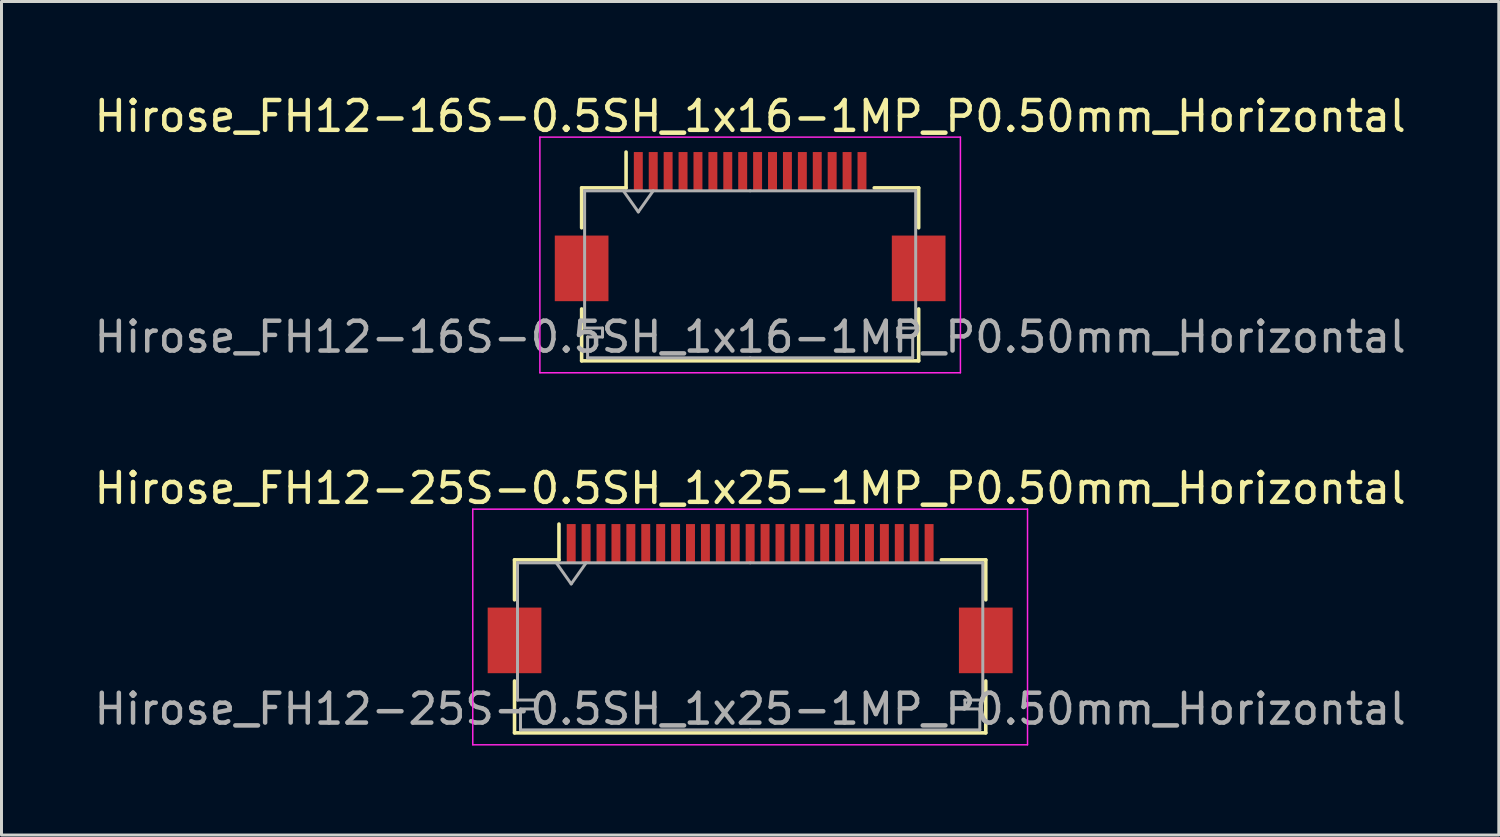
<source format=kicad_pcb>
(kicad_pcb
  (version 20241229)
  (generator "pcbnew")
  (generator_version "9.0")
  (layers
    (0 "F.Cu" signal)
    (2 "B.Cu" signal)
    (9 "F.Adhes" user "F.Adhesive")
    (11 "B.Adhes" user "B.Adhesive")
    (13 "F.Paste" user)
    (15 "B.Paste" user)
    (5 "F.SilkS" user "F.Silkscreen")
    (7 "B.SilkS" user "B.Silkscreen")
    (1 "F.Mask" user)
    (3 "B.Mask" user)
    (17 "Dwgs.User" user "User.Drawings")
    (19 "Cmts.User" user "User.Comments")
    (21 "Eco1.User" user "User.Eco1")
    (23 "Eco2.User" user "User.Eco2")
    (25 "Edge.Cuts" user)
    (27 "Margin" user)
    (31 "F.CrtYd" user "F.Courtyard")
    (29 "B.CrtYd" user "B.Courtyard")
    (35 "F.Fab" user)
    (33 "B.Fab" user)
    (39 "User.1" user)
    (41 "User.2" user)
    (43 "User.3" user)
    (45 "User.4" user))
  (footprint "Hirose_FH12-25S-0.5SH_1x25-1MP_P0.50mm_Horizontal"
    (layer "F.Cu")
    (at 22.101 17.021)
    (property "Reference" "Hirose_FH12-25S-0.5SH_1x25-1MP_P0.50mm_Horizontal" (at 0 -3.7 0) (layer "F.SilkS") (effects (font (size 1 1) (thickness 0.15))))
    (attr smd)
    (fp_line (start -7.9 -1.3) (end -7.9 0.04) (stroke (width 0.12) (type solid)) (layer "F.SilkS"))
    (fp_line (start -7.9 2.76) (end -7.9 4.5) (stroke (width 0.12) (type solid)) (layer "F.SilkS"))
    (fp_line (start -7.9 4.5) (end 7.9 4.5) (stroke (width 0.12) (type solid)) (layer "F.SilkS"))
    (fp_line (start -6.41 -1.3) (end -7.9 -1.3) (stroke (width 0.12) (type solid)) (layer "F.SilkS"))
    (fp_line (start -6.41 -1.3) (end -6.41 -2.5) (stroke (width 0.12) (type solid)) (layer "F.SilkS"))
    (fp_line (start 6.41 -1.3) (end 7.9 -1.3) (stroke (width 0.12) (type solid)) (layer "F.SilkS"))
    (fp_line (start 7.9 -1.3) (end 7.9 0.04) (stroke (width 0.12) (type solid)) (layer "F.SilkS"))
    (fp_line (start 7.9 4.5) (end 7.9 2.76) (stroke (width 0.12) (type solid)) (layer "F.SilkS"))
    (fp_line (start -9.3 -3) (end -9.3 4.9) (stroke (width 0.05) (type solid)) (layer "F.CrtYd"))
    (fp_line (start -9.3 4.9) (end 9.3 4.9) (stroke (width 0.05) (type solid)) (layer "F.CrtYd"))
    (fp_line (start 9.3 -3) (end -9.3 -3) (stroke (width 0.05) (type solid)) (layer "F.CrtYd"))
    (fp_line (start 9.3 4.9) (end 9.3 -3) (stroke (width 0.05) (type solid)) (layer "F.CrtYd"))
    (fp_line (start -7.8 -1.2) (end -7.8 3.4) (stroke (width 0.1) (type solid)) (layer "F.Fab"))
    (fp_line (start -7.8 3.4) (end -7.2 3.4) (stroke (width 0.1) (type solid)) (layer "F.Fab"))
    (fp_line (start -7.7 3.7) (end -7.7 4.4) (stroke (width 0.1) (type solid)) (layer "F.Fab"))
    (fp_line (start -7.7 4.4) (end 0 4.4) (stroke (width 0.1) (type solid)) (layer "F.Fab"))
    (fp_line (start -7.2 3.4) (end -7.2 3.7) (stroke (width 0.1) (type solid)) (layer "F.Fab"))
    (fp_line (start -7.2 3.7) (end -7.7 3.7) (stroke (width 0.1) (type solid)) (layer "F.Fab"))
    (fp_line (start -6.5 -1.2) (end -6 -0.493) (stroke (width 0.1) (type solid)) (layer "F.Fab"))
    (fp_line (start -6 -0.493) (end -5.5 -1.2) (stroke (width 0.1) (type solid)) (layer "F.Fab"))
    (fp_line (start 0 -1.2) (end -7.8 -1.2) (stroke (width 0.1) (type solid)) (layer "F.Fab"))
    (fp_line (start 0 -1.2) (end 7.8 -1.2) (stroke (width 0.1) (type solid)) (layer "F.Fab"))
    (fp_line (start 7.2 3.4) (end 7.2 3.7) (stroke (width 0.1) (type solid)) (layer "F.Fab"))
    (fp_line (start 7.2 3.7) (end 7.7 3.7) (stroke (width 0.1) (type solid)) (layer "F.Fab"))
    (fp_line (start 7.7 3.7) (end 7.7 4.4) (stroke (width 0.1) (type solid)) (layer "F.Fab"))
    (fp_line (start 7.7 4.4) (end 0 4.4) (stroke (width 0.1) (type solid)) (layer "F.Fab"))
    (fp_line (start 7.8 -1.2) (end 7.8 3.4) (stroke (width 0.1) (type solid)) (layer "F.Fab"))
    (fp_line (start 7.8 3.4) (end 7.2 3.4) (stroke (width 0.1) (type solid)) (layer "F.Fab"))
    (fp_text user "${REFERENCE}" (at 0 3.7 0) (layer "F.Fab") (effects (font (size 1 1) (thickness 0.15))))
    (pad "1" smd rect (at -6 -1.85) (size 0.3 1.3) (layers "F.Cu" "F.Mask" "F.Paste"))
    (pad "2" smd rect (at -5.5 -1.85) (size 0.3 1.3) (layers "F.Cu" "F.Mask" "F.Paste"))
    (pad "3" smd rect (at -5 -1.85) (size 0.3 1.3) (layers "F.Cu" "F.Mask" "F.Paste"))
    (pad "4" smd rect (at -4.5 -1.85) (size 0.3 1.3) (layers "F.Cu" "F.Mask" "F.Paste"))
    (pad "5" smd rect (at -4 -1.85) (size 0.3 1.3) (layers "F.Cu" "F.Mask" "F.Paste"))
    (pad "6" smd rect (at -3.5 -1.85) (size 0.3 1.3) (layers "F.Cu" "F.Mask" "F.Paste"))
    (pad "7" smd rect (at -3 -1.85) (size 0.3 1.3) (layers "F.Cu" "F.Mask" "F.Paste"))
    (pad "8" smd rect (at -2.5 -1.85) (size 0.3 1.3) (layers "F.Cu" "F.Mask" "F.Paste"))
    (pad "9" smd rect (at -2 -1.85) (size 0.3 1.3) (layers "F.Cu" "F.Mask" "F.Paste"))
    (pad "10" smd rect (at -1.5 -1.85) (size 0.3 1.3) (layers "F.Cu" "F.Mask" "F.Paste"))
    (pad "11" smd rect (at -1 -1.85) (size 0.3 1.3) (layers "F.Cu" "F.Mask" "F.Paste"))
    (pad "12" smd rect (at -0.5 -1.85) (size 0.3 1.3) (layers "F.Cu" "F.Mask" "F.Paste"))
    (pad "13" smd rect (at 0 -1.85) (size 0.3 1.3) (layers "F.Cu" "F.Mask" "F.Paste"))
    (pad "14" smd rect (at 0.5 -1.85) (size 0.3 1.3) (layers "F.Cu" "F.Mask" "F.Paste"))
    (pad "15" smd rect (at 1 -1.85) (size 0.3 1.3) (layers "F.Cu" "F.Mask" "F.Paste"))
    (pad "16" smd rect (at 1.5 -1.85) (size 0.3 1.3) (layers "F.Cu" "F.Mask" "F.Paste"))
    (pad "17" smd rect (at 2 -1.85) (size 0.3 1.3) (layers "F.Cu" "F.Mask" "F.Paste"))
    (pad "18" smd rect (at 2.5 -1.85) (size 0.3 1.3) (layers "F.Cu" "F.Mask" "F.Paste"))
    (pad "19" smd rect (at 3 -1.85) (size 0.3 1.3) (layers "F.Cu" "F.Mask" "F.Paste"))
    (pad "20" smd rect (at 3.5 -1.85) (size 0.3 1.3) (layers "F.Cu" "F.Mask" "F.Paste"))
    (pad "21" smd rect (at 4 -1.85) (size 0.3 1.3) (layers "F.Cu" "F.Mask" "F.Paste"))
    (pad "22" smd rect (at 4.5 -1.85) (size 0.3 1.3) (layers "F.Cu" "F.Mask" "F.Paste"))
    (pad "23" smd rect (at 5 -1.85) (size 0.3 1.3) (layers "F.Cu" "F.Mask" "F.Paste"))
    (pad "24" smd rect (at 5.5 -1.85) (size 0.3 1.3) (layers "F.Cu" "F.Mask" "F.Paste"))
    (pad "25" smd rect (at 6 -1.85) (size 0.3 1.3) (layers "F.Cu" "F.Mask" "F.Paste"))
    (pad "MP" smd rect (at -7.9 1.4) (size 1.8 2.2) (layers "F.Cu" "F.Mask" "F.Paste"))
    (pad "MP" smd rect (at 7.9 1.4) (size 1.8 2.2) (layers "F.Cu" "F.Mask" "F.Paste")))
  (footprint "Hirose_FH12-16S-0.5SH_1x16-1MP_P0.50mm_Horizontal"
    (layer "F.Cu")
    (at 22.101 4.548)
    (property "Reference" "Hirose_FH12-16S-0.5SH_1x16-1MP_P0.50mm_Horizontal" (at 0 -3.7 0) (layer "F.SilkS") (effects (font (size 1 1) (thickness 0.15))))
    (attr smd)
    (fp_line (start -5.65 -1.3) (end -5.65 0.04) (stroke (width 0.12) (type solid)) (layer "F.SilkS"))
    (fp_line (start -5.65 2.76) (end -5.65 4.5) (stroke (width 0.12) (type solid)) (layer "F.SilkS"))
    (fp_line (start -5.65 4.5) (end 5.65 4.5) (stroke (width 0.12) (type solid)) (layer "F.SilkS"))
    (fp_line (start -4.16 -1.3) (end -5.65 -1.3) (stroke (width 0.12) (type solid)) (layer "F.SilkS"))
    (fp_line (start -4.16 -1.3) (end -4.16 -2.5) (stroke (width 0.12) (type solid)) (layer "F.SilkS"))
    (fp_line (start 4.16 -1.3) (end 5.65 -1.3) (stroke (width 0.12) (type solid)) (layer "F.SilkS"))
    (fp_line (start 5.65 -1.3) (end 5.65 0.04) (stroke (width 0.12) (type solid)) (layer "F.SilkS"))
    (fp_line (start 5.65 4.5) (end 5.65 2.76) (stroke (width 0.12) (type solid)) (layer "F.SilkS"))
    (fp_line (start -7.05 -3) (end -7.05 4.9) (stroke (width 0.05) (type solid)) (layer "F.CrtYd"))
    (fp_line (start -7.05 4.9) (end 7.05 4.9) (stroke (width 0.05) (type solid)) (layer "F.CrtYd"))
    (fp_line (start 7.05 -3) (end -7.05 -3) (stroke (width 0.05) (type solid)) (layer "F.CrtYd"))
    (fp_line (start 7.05 4.9) (end 7.05 -3) (stroke (width 0.05) (type solid)) (layer "F.CrtYd"))
    (fp_line (start -5.55 -1.2) (end -5.55 3.4) (stroke (width 0.1) (type solid)) (layer "F.Fab"))
    (fp_line (start -5.55 3.4) (end -4.95 3.4) (stroke (width 0.1) (type solid)) (layer "F.Fab"))
    (fp_line (start -5.45 3.7) (end -5.45 4.4) (stroke (width 0.1) (type solid)) (layer "F.Fab"))
    (fp_line (start -5.45 4.4) (end 0 4.4) (stroke (width 0.1) (type solid)) (layer "F.Fab"))
    (fp_line (start -4.95 3.4) (end -4.95 3.7) (stroke (width 0.1) (type solid)) (layer "F.Fab"))
    (fp_line (start -4.95 3.7) (end -5.45 3.7) (stroke (width 0.1) (type solid)) (layer "F.Fab"))
    (fp_line (start -4.25 -1.2) (end -3.75 -0.493) (stroke (width 0.1) (type solid)) (layer "F.Fab"))
    (fp_line (start -3.75 -0.493) (end -3.25 -1.2) (stroke (width 0.1) (type solid)) (layer "F.Fab"))
    (fp_line (start 0 -1.2) (end -5.55 -1.2) (stroke (width 0.1) (type solid)) (layer "F.Fab"))
    (fp_line (start 0 -1.2) (end 5.55 -1.2) (stroke (width 0.1) (type solid)) (layer "F.Fab"))
    (fp_line (start 4.95 3.4) (end 4.95 3.7) (stroke (width 0.1) (type solid)) (layer "F.Fab"))
    (fp_line (start 4.95 3.7) (end 5.45 3.7) (stroke (width 0.1) (type solid)) (layer "F.Fab"))
    (fp_line (start 5.45 3.7) (end 5.45 4.4) (stroke (width 0.1) (type solid)) (layer "F.Fab"))
    (fp_line (start 5.45 4.4) (end 0 4.4) (stroke (width 0.1) (type solid)) (layer "F.Fab"))
    (fp_line (start 5.55 -1.2) (end 5.55 3.4) (stroke (width 0.1) (type solid)) (layer "F.Fab"))
    (fp_line (start 5.55 3.4) (end 4.95 3.4) (stroke (width 0.1) (type solid)) (layer "F.Fab"))
    (fp_text user "${REFERENCE}" (at 0 3.7 0) (layer "F.Fab") (effects (font (size 1 1) (thickness 0.15))))
    (pad "1" smd rect (at -3.75 -1.85) (size 0.3 1.3) (layers "F.Cu" "F.Mask" "F.Paste"))
    (pad "2" smd rect (at -3.25 -1.85) (size 0.3 1.3) (layers "F.Cu" "F.Mask" "F.Paste"))
    (pad "3" smd rect (at -2.75 -1.85) (size 0.3 1.3) (layers "F.Cu" "F.Mask" "F.Paste"))
    (pad "4" smd rect (at -2.25 -1.85) (size 0.3 1.3) (layers "F.Cu" "F.Mask" "F.Paste"))
    (pad "5" smd rect (at -1.75 -1.85) (size 0.3 1.3) (layers "F.Cu" "F.Mask" "F.Paste"))
    (pad "6" smd rect (at -1.25 -1.85) (size 0.3 1.3) (layers "F.Cu" "F.Mask" "F.Paste"))
    (pad "7" smd rect (at -0.75 -1.85) (size 0.3 1.3) (layers "F.Cu" "F.Mask" "F.Paste"))
    (pad "8" smd rect (at -0.25 -1.85) (size 0.3 1.3) (layers "F.Cu" "F.Mask" "F.Paste"))
    (pad "9" smd rect (at 0.25 -1.85) (size 0.3 1.3) (layers "F.Cu" "F.Mask" "F.Paste"))
    (pad "10" smd rect (at 0.75 -1.85) (size 0.3 1.3) (layers "F.Cu" "F.Mask" "F.Paste"))
    (pad "11" smd rect (at 1.25 -1.85) (size 0.3 1.3) (layers "F.Cu" "F.Mask" "F.Paste"))
    (pad "12" smd rect (at 1.75 -1.85) (size 0.3 1.3) (layers "F.Cu" "F.Mask" "F.Paste"))
    (pad "13" smd rect (at 2.25 -1.85) (size 0.3 1.3) (layers "F.Cu" "F.Mask" "F.Paste"))
    (pad "14" smd rect (at 2.75 -1.85) (size 0.3 1.3) (layers "F.Cu" "F.Mask" "F.Paste"))
    (pad "15" smd rect (at 3.25 -1.85) (size 0.3 1.3) (layers "F.Cu" "F.Mask" "F.Paste"))
    (pad "16" smd rect (at 3.75 -1.85) (size 0.3 1.3) (layers "F.Cu" "F.Mask" "F.Paste"))
    (pad "MP" smd rect (at -5.65 1.4) (size 1.8 2.2) (layers "F.Cu" "F.Mask" "F.Paste"))
    (pad "MP" smd rect (at 5.65 1.4) (size 1.8 2.2) (layers "F.Cu" "F.Mask" "F.Paste")))
  (gr_rect
    (start -3 -3)
    (end 47.202 24.947)
    (stroke (width 0.1) (type default))
    (fill no)
    (layer "Edge.Cuts")))
</source>
